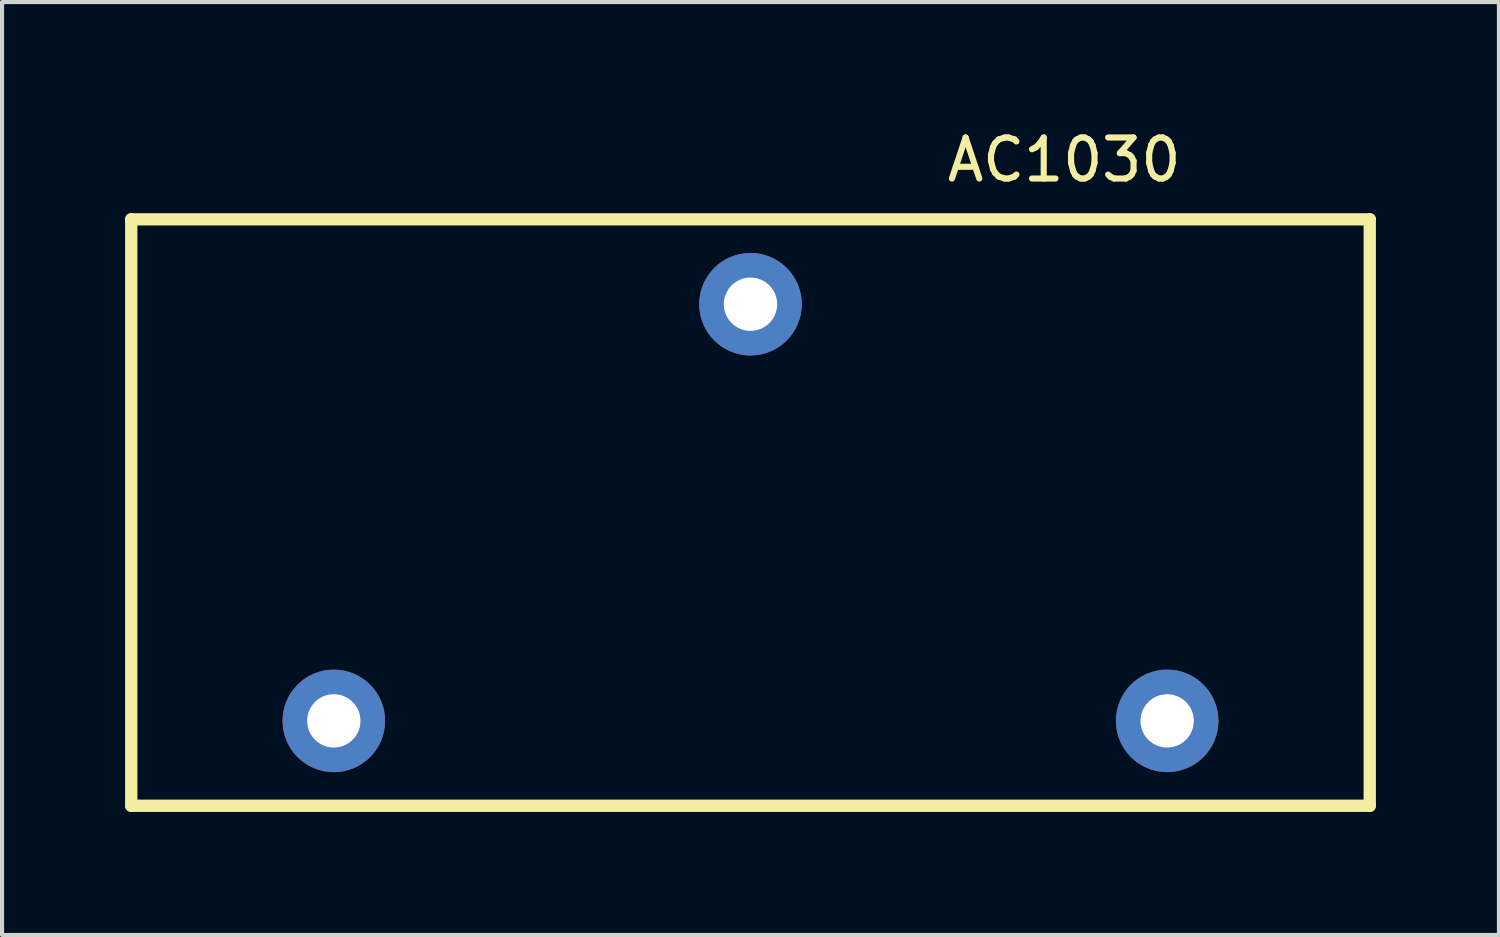
<source format=kicad_pcb>
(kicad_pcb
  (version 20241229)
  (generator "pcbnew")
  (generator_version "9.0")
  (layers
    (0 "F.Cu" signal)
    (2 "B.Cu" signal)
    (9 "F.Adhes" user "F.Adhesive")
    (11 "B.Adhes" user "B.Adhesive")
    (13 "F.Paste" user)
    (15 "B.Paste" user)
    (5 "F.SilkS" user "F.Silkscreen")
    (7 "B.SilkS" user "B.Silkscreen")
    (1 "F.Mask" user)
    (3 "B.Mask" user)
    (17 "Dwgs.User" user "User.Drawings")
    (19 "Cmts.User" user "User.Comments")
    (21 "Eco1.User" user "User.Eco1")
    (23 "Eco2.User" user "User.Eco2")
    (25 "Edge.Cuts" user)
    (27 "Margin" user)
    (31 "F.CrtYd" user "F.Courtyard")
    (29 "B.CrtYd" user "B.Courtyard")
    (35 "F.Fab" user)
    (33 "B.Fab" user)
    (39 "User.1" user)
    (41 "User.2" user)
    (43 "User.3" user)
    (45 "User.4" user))
  (footprint "AC1030"
    (layer "F.Cu")
    (at 15.25 9.448)
    (property "Reference" "AC1030" (at 7.65 -8.6 0) (layer "F.SilkS") (effects (font (size 1 1) (thickness 0.15))))
    (attr through_hole)
    (fp_line (start -15.1 -7.15) (end 15.1 -7.15) (stroke (width 0.3) (type solid)) (layer "F.SilkS"))
    (fp_line (start -15.1 7.15) (end -15.1 -7.15) (stroke (width 0.3) (type solid)) (layer "F.SilkS"))
    (fp_line (start 15.1 -7.15) (end 15.1 7.15) (stroke (width 0.3) (type solid)) (layer "F.SilkS"))
    (fp_line (start 15.1 7.15) (end -15.1 7.15) (stroke (width 0.3) (type solid)) (layer "F.SilkS"))
    (pad "1" thru_hole circle (at -10.16 5.08) (size 2.5 2.5) (drill 1.3) (layers "*.Cu" "*.Mask"))
    (pad "2" thru_hole circle (at 10.16 5.08) (size 2.5 2.5) (drill 1.3) (layers "*.Cu" "*.Mask"))
    (pad "3" thru_hole circle (at 0 -5.08) (size 2.5 2.5) (drill 1.3) (layers "*.Cu" "*.Mask")))
  (gr_rect
    (start -3 -3)
    (end 33.5 19.748)
    (stroke (width 0.1) (type default))
    (fill no)
    (layer "Edge.Cuts")))
</source>
